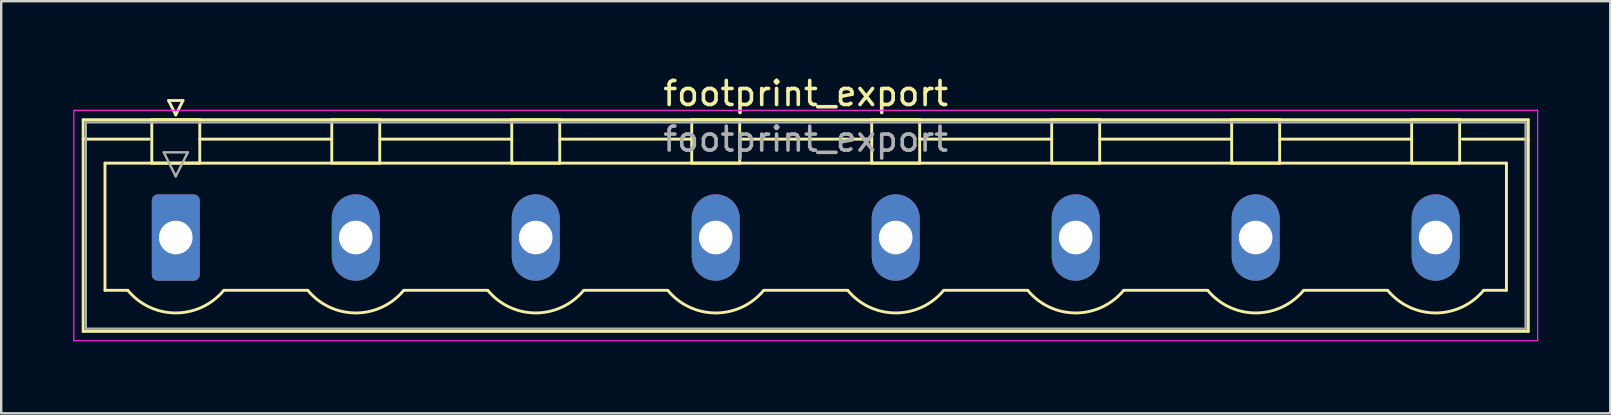
<source format=kicad_pcb>
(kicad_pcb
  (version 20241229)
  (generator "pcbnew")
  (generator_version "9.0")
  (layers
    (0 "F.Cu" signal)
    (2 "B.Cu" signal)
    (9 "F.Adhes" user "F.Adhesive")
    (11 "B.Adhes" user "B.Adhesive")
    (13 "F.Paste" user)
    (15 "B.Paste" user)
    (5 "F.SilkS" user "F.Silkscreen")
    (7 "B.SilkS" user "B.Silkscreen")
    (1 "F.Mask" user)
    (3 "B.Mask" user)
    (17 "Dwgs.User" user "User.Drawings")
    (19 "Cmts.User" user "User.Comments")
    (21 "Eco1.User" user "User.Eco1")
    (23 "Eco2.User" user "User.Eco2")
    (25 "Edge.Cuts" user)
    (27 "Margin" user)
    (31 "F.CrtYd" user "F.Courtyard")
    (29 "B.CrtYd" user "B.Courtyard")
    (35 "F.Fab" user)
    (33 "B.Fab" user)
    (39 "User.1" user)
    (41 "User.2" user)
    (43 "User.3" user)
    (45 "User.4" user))
  (footprint "footprint_export"
    (layer "F.Cu")
    (at 4.275 6.848)
    (property "Reference" "footprint_export" (at 26.25 -6 0) (layer "F.SilkS") (effects (font (size 1 1) (thickness 0.15))))
    (attr through_hole)
    (fp_line (start -3.86 -4.91) (end -3.86 3.91) (stroke (width 0.12) (type solid)) (layer "F.SilkS"))
    (fp_line (start -3.86 -4.1) (end -1.11 -4.1) (stroke (width 0.12) (type solid)) (layer "F.SilkS"))
    (fp_line (start -3.86 3.91) (end 56.36 3.91) (stroke (width 0.12) (type solid)) (layer "F.SilkS"))
    (fp_line (start -2.95 -3.1) (end 55.45 -3.1) (stroke (width 0.12) (type solid)) (layer "F.SilkS"))
    (fp_line (start -2.95 2.2) (end -2.95 -3.1) (stroke (width 0.12) (type solid)) (layer "F.SilkS"))
    (fp_line (start -2 2.2) (end -2.95 2.2) (stroke (width 0.12) (type solid)) (layer "F.SilkS"))
    (fp_line (start -1 -4.91) (end 1 -4.91) (stroke (width 0.12) (type solid)) (layer "F.SilkS"))
    (fp_line (start -1 -3.1) (end -1 -4.91) (stroke (width 0.12) (type solid)) (layer "F.SilkS"))
    (fp_line (start -0.3 -5.71) (end 0.3 -5.71) (stroke (width 0.12) (type solid)) (layer "F.SilkS"))
    (fp_line (start 0 -5.11) (end -0.3 -5.71) (stroke (width 0.12) (type solid)) (layer "F.SilkS"))
    (fp_line (start 0.3 -5.71) (end 0 -5.11) (stroke (width 0.12) (type solid)) (layer "F.SilkS"))
    (fp_line (start 1 -4.91) (end 1 -3.1) (stroke (width 0.12) (type solid)) (layer "F.SilkS"))
    (fp_line (start 1 -4.1) (end 6.5 -4.1) (stroke (width 0.12) (type solid)) (layer "F.SilkS"))
    (fp_line (start 1 -3.1) (end -1 -3.1) (stroke (width 0.12) (type solid)) (layer "F.SilkS"))
    (fp_line (start 2 2.2) (end 5.5 2.2) (stroke (width 0.12) (type solid)) (layer "F.SilkS"))
    (fp_line (start 6.5 -4.91) (end 8.5 -4.91) (stroke (width 0.12) (type solid)) (layer "F.SilkS"))
    (fp_line (start 6.5 -3.1) (end 6.5 -4.91) (stroke (width 0.12) (type solid)) (layer "F.SilkS"))
    (fp_line (start 8.5 -4.91) (end 8.5 -3.1) (stroke (width 0.12) (type solid)) (layer "F.SilkS"))
    (fp_line (start 8.5 -4.1) (end 14 -4.1) (stroke (width 0.12) (type solid)) (layer "F.SilkS"))
    (fp_line (start 8.5 -3.1) (end 6.5 -3.1) (stroke (width 0.12) (type solid)) (layer "F.SilkS"))
    (fp_line (start 9.5 2.2) (end 13 2.2) (stroke (width 0.12) (type solid)) (layer "F.SilkS"))
    (fp_line (start 14 -4.91) (end 16 -4.91) (stroke (width 0.12) (type solid)) (layer "F.SilkS"))
    (fp_line (start 14 -3.1) (end 14 -4.91) (stroke (width 0.12) (type solid)) (layer "F.SilkS"))
    (fp_line (start 16 -4.91) (end 16 -3.1) (stroke (width 0.12) (type solid)) (layer "F.SilkS"))
    (fp_line (start 16 -4.1) (end 21.5 -4.1) (stroke (width 0.12) (type solid)) (layer "F.SilkS"))
    (fp_line (start 16 -3.1) (end 14 -3.1) (stroke (width 0.12) (type solid)) (layer "F.SilkS"))
    (fp_line (start 17 2.2) (end 20.5 2.2) (stroke (width 0.12) (type solid)) (layer "F.SilkS"))
    (fp_line (start 21.5 -4.91) (end 23.5 -4.91) (stroke (width 0.12) (type solid)) (layer "F.SilkS"))
    (fp_line (start 21.5 -3.1) (end 21.5 -4.91) (stroke (width 0.12) (type solid)) (layer "F.SilkS"))
    (fp_line (start 23.5 -4.91) (end 23.5 -3.1) (stroke (width 0.12) (type solid)) (layer "F.SilkS"))
    (fp_line (start 23.5 -4.1) (end 29 -4.1) (stroke (width 0.12) (type solid)) (layer "F.SilkS"))
    (fp_line (start 23.5 -3.1) (end 21.5 -3.1) (stroke (width 0.12) (type solid)) (layer "F.SilkS"))
    (fp_line (start 24.5 2.2) (end 28 2.2) (stroke (width 0.12) (type solid)) (layer "F.SilkS"))
    (fp_line (start 29 -4.91) (end 31 -4.91) (stroke (width 0.12) (type solid)) (layer "F.SilkS"))
    (fp_line (start 29 -3.1) (end 29 -4.91) (stroke (width 0.12) (type solid)) (layer "F.SilkS"))
    (fp_line (start 31 -4.91) (end 31 -3.1) (stroke (width 0.12) (type solid)) (layer "F.SilkS"))
    (fp_line (start 31 -4.1) (end 36.5 -4.1) (stroke (width 0.12) (type solid)) (layer "F.SilkS"))
    (fp_line (start 31 -3.1) (end 29 -3.1) (stroke (width 0.12) (type solid)) (layer "F.SilkS"))
    (fp_line (start 32 2.2) (end 35.5 2.2) (stroke (width 0.12) (type solid)) (layer "F.SilkS"))
    (fp_line (start 36.5 -4.91) (end 38.5 -4.91) (stroke (width 0.12) (type solid)) (layer "F.SilkS"))
    (fp_line (start 36.5 -3.1) (end 36.5 -4.91) (stroke (width 0.12) (type solid)) (layer "F.SilkS"))
    (fp_line (start 38.5 -4.91) (end 38.5 -3.1) (stroke (width 0.12) (type solid)) (layer "F.SilkS"))
    (fp_line (start 38.5 -4.1) (end 44 -4.1) (stroke (width 0.12) (type solid)) (layer "F.SilkS"))
    (fp_line (start 38.5 -3.1) (end 36.5 -3.1) (stroke (width 0.12) (type solid)) (layer "F.SilkS"))
    (fp_line (start 39.5 2.2) (end 43 2.2) (stroke (width 0.12) (type solid)) (layer "F.SilkS"))
    (fp_line (start 44 -4.91) (end 46 -4.91) (stroke (width 0.12) (type solid)) (layer "F.SilkS"))
    (fp_line (start 44 -3.1) (end 44 -4.91) (stroke (width 0.12) (type solid)) (layer "F.SilkS"))
    (fp_line (start 46 -4.91) (end 46 -3.1) (stroke (width 0.12) (type solid)) (layer "F.SilkS"))
    (fp_line (start 46 -4.1) (end 51.5 -4.1) (stroke (width 0.12) (type solid)) (layer "F.SilkS"))
    (fp_line (start 46 -3.1) (end 44 -3.1) (stroke (width 0.12) (type solid)) (layer "F.SilkS"))
    (fp_line (start 47 2.2) (end 50.5 2.2) (stroke (width 0.12) (type solid)) (layer "F.SilkS"))
    (fp_line (start 51.5 -4.91) (end 53.5 -4.91) (stroke (width 0.12) (type solid)) (layer "F.SilkS"))
    (fp_line (start 51.5 -3.1) (end 51.5 -4.91) (stroke (width 0.12) (type solid)) (layer "F.SilkS"))
    (fp_line (start 53.5 -4.91) (end 53.5 -3.1) (stroke (width 0.12) (type solid)) (layer "F.SilkS"))
    (fp_line (start 53.5 -3.1) (end 51.5 -3.1) (stroke (width 0.12) (type solid)) (layer "F.SilkS"))
    (fp_line (start 55.45 -3.1) (end 55.45 2.2) (stroke (width 0.12) (type solid)) (layer "F.SilkS"))
    (fp_line (start 55.45 2.2) (end 54.5 2.2) (stroke (width 0.12) (type solid)) (layer "F.SilkS"))
    (fp_line (start 56.36 -4.91) (end -3.86 -4.91) (stroke (width 0.12) (type solid)) (layer "F.SilkS"))
    (fp_line (start 56.36 -4.1) (end 53.61 -4.1) (stroke (width 0.12) (type solid)) (layer "F.SilkS"))
    (fp_line (start 56.36 3.91) (end 56.36 -4.91) (stroke (width 0.12) (type solid)) (layer "F.SilkS"))
    (fp_arc (start 1.986842 2.215821) (mid -0.010289 3.142758) (end -2 2.2) (stroke (width 0.12) (type solid)) (layer "F.SilkS"))
    (fp_arc (start 9.486842 2.215821) (mid 7.489711 3.142758) (end 5.5 2.2) (stroke (width 0.12) (type solid)) (layer "F.SilkS"))
    (fp_arc (start 16.986842 2.215821) (mid 14.989711 3.142758) (end 13 2.2) (stroke (width 0.12) (type solid)) (layer "F.SilkS"))
    (fp_arc (start 24.486842 2.215821) (mid 22.489711 3.142758) (end 20.5 2.2) (stroke (width 0.12) (type solid)) (layer "F.SilkS"))
    (fp_arc (start 31.986842 2.215821) (mid 29.989711 3.142758) (end 28 2.2) (stroke (width 0.12) (type solid)) (layer "F.SilkS"))
    (fp_arc (start 39.486842 2.215821) (mid 37.489711 3.142758) (end 35.5 2.2) (stroke (width 0.12) (type solid)) (layer "F.SilkS"))
    (fp_arc (start 46.986842 2.215821) (mid 44.989711 3.142758) (end 43 2.2) (stroke (width 0.12) (type solid)) (layer "F.SilkS"))
    (fp_arc (start 54.486842 2.215821) (mid 52.489711 3.142758) (end 50.5 2.2) (stroke (width 0.12) (type solid)) (layer "F.SilkS"))
    (fp_line (start -4.25 -5.3) (end -4.25 4.3) (stroke (width 0.05) (type solid)) (layer "F.CrtYd"))
    (fp_line (start -4.25 4.3) (end 56.75 4.3) (stroke (width 0.05) (type solid)) (layer "F.CrtYd"))
    (fp_line (start 56.75 -5.3) (end -4.25 -5.3) (stroke (width 0.05) (type solid)) (layer "F.CrtYd"))
    (fp_line (start 56.75 4.3) (end 56.75 -5.3) (stroke (width 0.05) (type solid)) (layer "F.CrtYd"))
    (fp_line (start -3.75 -4.8) (end -3.75 3.8) (stroke (width 0.1) (type solid)) (layer "F.Fab"))
    (fp_line (start -3.75 3.8) (end 56.25 3.8) (stroke (width 0.1) (type solid)) (layer "F.Fab"))
    (fp_line (start -0.5 -3.55) (end 0.5 -3.55) (stroke (width 0.1) (type solid)) (layer "F.Fab"))
    (fp_line (start 0 -2.55) (end -0.5 -3.55) (stroke (width 0.1) (type solid)) (layer "F.Fab"))
    (fp_line (start 0.5 -3.55) (end 0 -2.55) (stroke (width 0.1) (type solid)) (layer "F.Fab"))
    (fp_line (start 56.25 -4.8) (end -3.75 -4.8) (stroke (width 0.1) (type solid)) (layer "F.Fab"))
    (fp_line (start 56.25 3.8) (end 56.25 -4.8) (stroke (width 0.1) (type solid)) (layer "F.Fab"))
    (fp_text user "${REFERENCE}" (at 26.25 -4.1 0) (layer "F.Fab") (effects (font (size 1 1) (thickness 0.15))))
    (pad "1" thru_hole roundrect (at 0 0) (size 2 3.6) (drill 1.4) (layers "*.Cu" "*.Mask") (roundrect_rratio 0.125))
    (pad "2" thru_hole oval (at 7.5 0) (size 2 3.6) (drill 1.4) (layers "*.Cu" "*.Mask"))
    (pad "3" thru_hole oval (at 15 0) (size 2 3.6) (drill 1.4) (layers "*.Cu" "*.Mask"))
    (pad "4" thru_hole oval (at 22.5 0) (size 2 3.6) (drill 1.4) (layers "*.Cu" "*.Mask"))
    (pad "5" thru_hole oval (at 30 0) (size 2 3.6) (drill 1.4) (layers "*.Cu" "*.Mask"))
    (pad "6" thru_hole oval (at 37.5 0) (size 2 3.6) (drill 1.4) (layers "*.Cu" "*.Mask"))
    (pad "7" thru_hole oval (at 45 0) (size 2 3.6) (drill 1.4) (layers "*.Cu" "*.Mask"))
    (pad "8" thru_hole oval (at 52.5 0) (size 2 3.6) (drill 1.4) (layers "*.Cu" "*.Mask")))
  (gr_rect
    (start -3 -3)
    (end 64.05 14.173)
    (stroke (width 0.1) (type default))
    (fill no)
    (layer "Edge.Cuts")))
</source>
